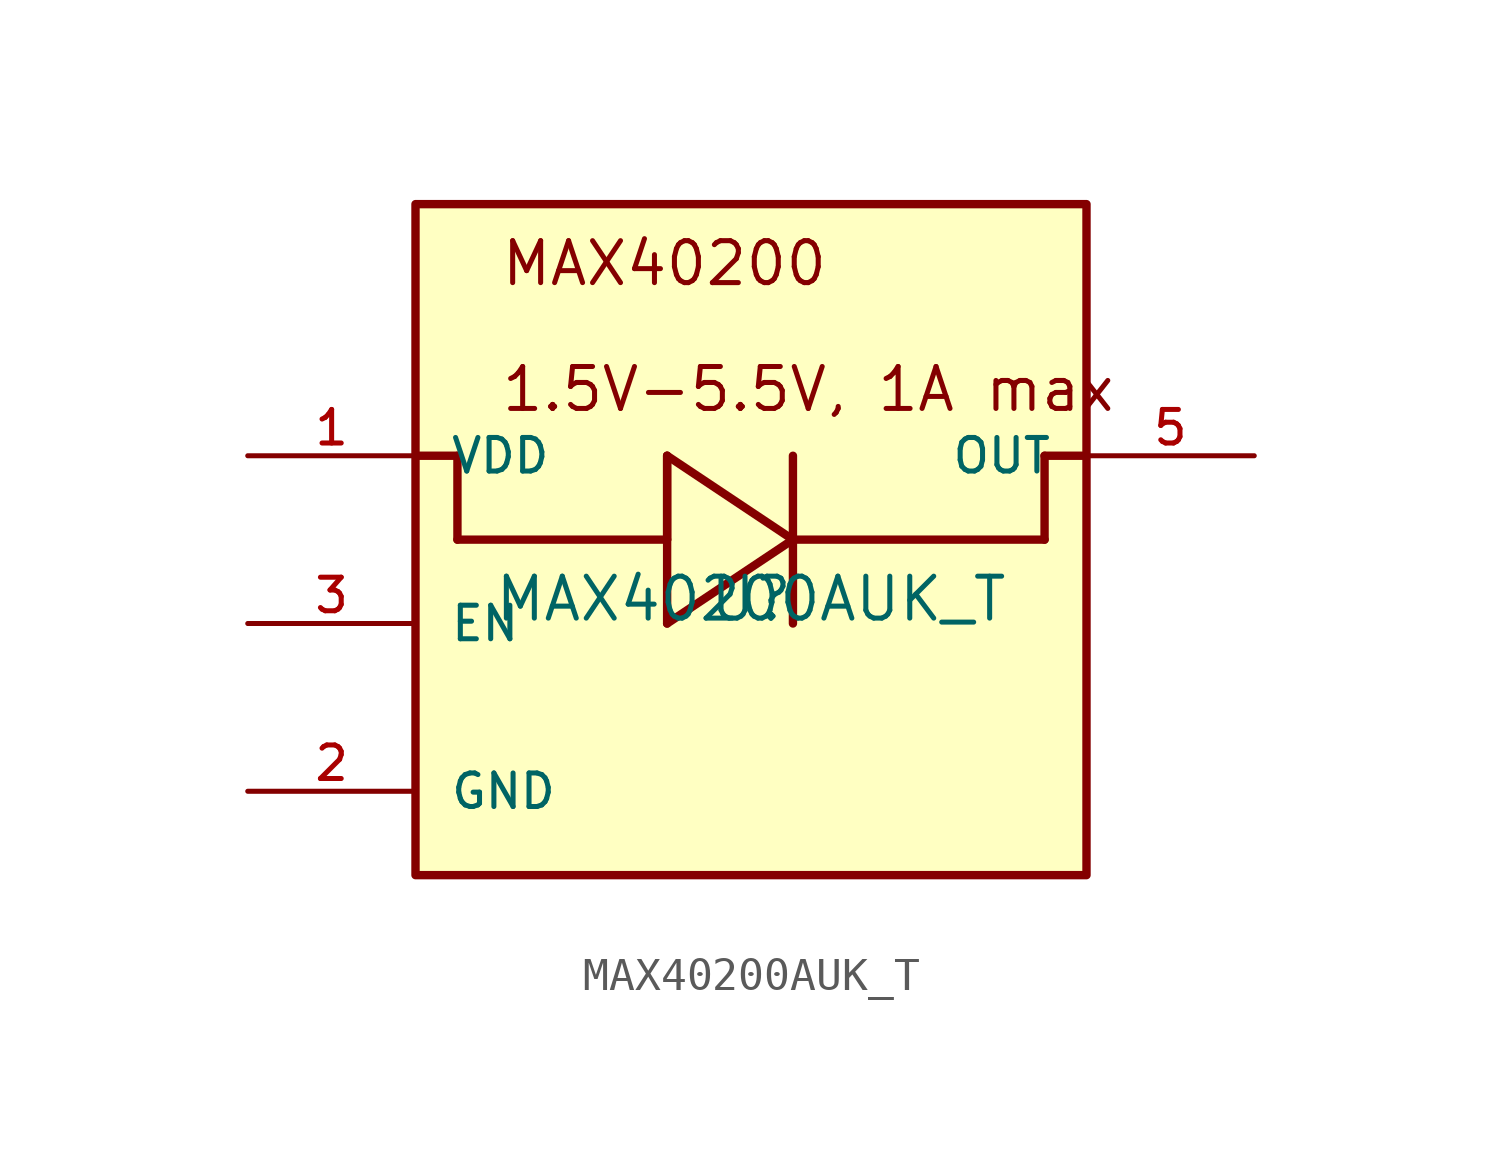
<source format=kicad_sym>
(kicad_symbol_lib
  (version 20211014)
  (generator kicad_symbol_editor)
  (symbol "MAX40200AUK_T"
    (pin_names
      (offset 1.016))
    (property "Reference" "U"
      (at 0 0 0)
      (effects (font (size 1.27 1.27)) (justify bottom)))
    (property "Value" "MAX40200AUK_T"
      (at 0 0.0 0)
      (effects (font (size 1.27 1.27)) (justify bottom)))
    (symbol "MAX40200AUK_T_0_0"
      (text "MAX40200" (at -7.62 10.16 0) (effects (font (size 1.27 1.27)) (justify bottom left)))
      (text "1.5V-5.5V, 1A max" (at -7.62 6.35 0) (effects (font (size 1.27 1.27)) (justify bottom left)))
      (polyline (pts (xy -10.16 5.08) (xy -8.89 5.08)) (stroke (width 0.254)))
      (polyline (pts (xy -8.89 5.08) (xy -8.89 2.54)) (stroke (width 0.254)))
      (polyline (pts (xy -8.89 2.54) (xy -2.54 2.54)) (stroke (width 0.254)))
      (polyline (pts (xy -2.54 2.54) (xy -2.54 5.08)) (stroke (width 0.254)))
      (polyline (pts (xy -2.54 5.08) (xy -2.54 0.0)) (stroke (width 0.254)))
      (polyline (pts (xy -2.54 0.0) (xy 1.27 2.54)) (stroke (width 0.254)))
      (polyline (pts (xy 1.27 2.54) (xy -2.54 5.08)) (stroke (width 0.254)))
      (polyline (pts (xy 1.27 0.0) (xy 1.27 2.54)) (stroke (width 0.254)))
      (polyline (pts (xy 1.27 2.54) (xy 1.27 5.08)) (stroke (width 0.254)))
      (polyline (pts (xy 1.27 2.54) (xy 8.89 2.54)) (stroke (width 0.254)))
      (polyline (pts (xy 8.89 2.54) (xy 8.89 5.08)) (stroke (width 0.254)))
      (polyline (pts (xy 8.89 5.08) (xy 10.16 5.08)) (stroke (width 0.254)))
      (rectangle (start -10.16 -7.62) (end 10.16 12.7) (stroke (width 0.254)) (fill (type background)))
      (pin bidirectional line (at -15.24 5.08 0) (length 5.08) (name "VDD" (effects (font (size 1.016 1.016)))) (number "1" (effects (font (size 1.016 1.016)))))
      (pin bidirectional line (at -15.24 0.0 0) (length 5.08) (name "EN" (effects (font (size 1.016 1.016)))) (number "3" (effects (font (size 1.016 1.016)))))
      (pin bidirectional line (at -15.24 -5.08 0) (length 5.08) (name "GND" (effects (font (size 1.016 1.016)))) (number "2" (effects (font (size 1.016 1.016)))))
      (pin bidirectional line (at 15.24 5.08 180.0) (length 5.08) (name "OUT" (effects (font (size 1.016 1.016)))) (number "5" (effects (font (size 1.016 1.016))))))))
</source>
